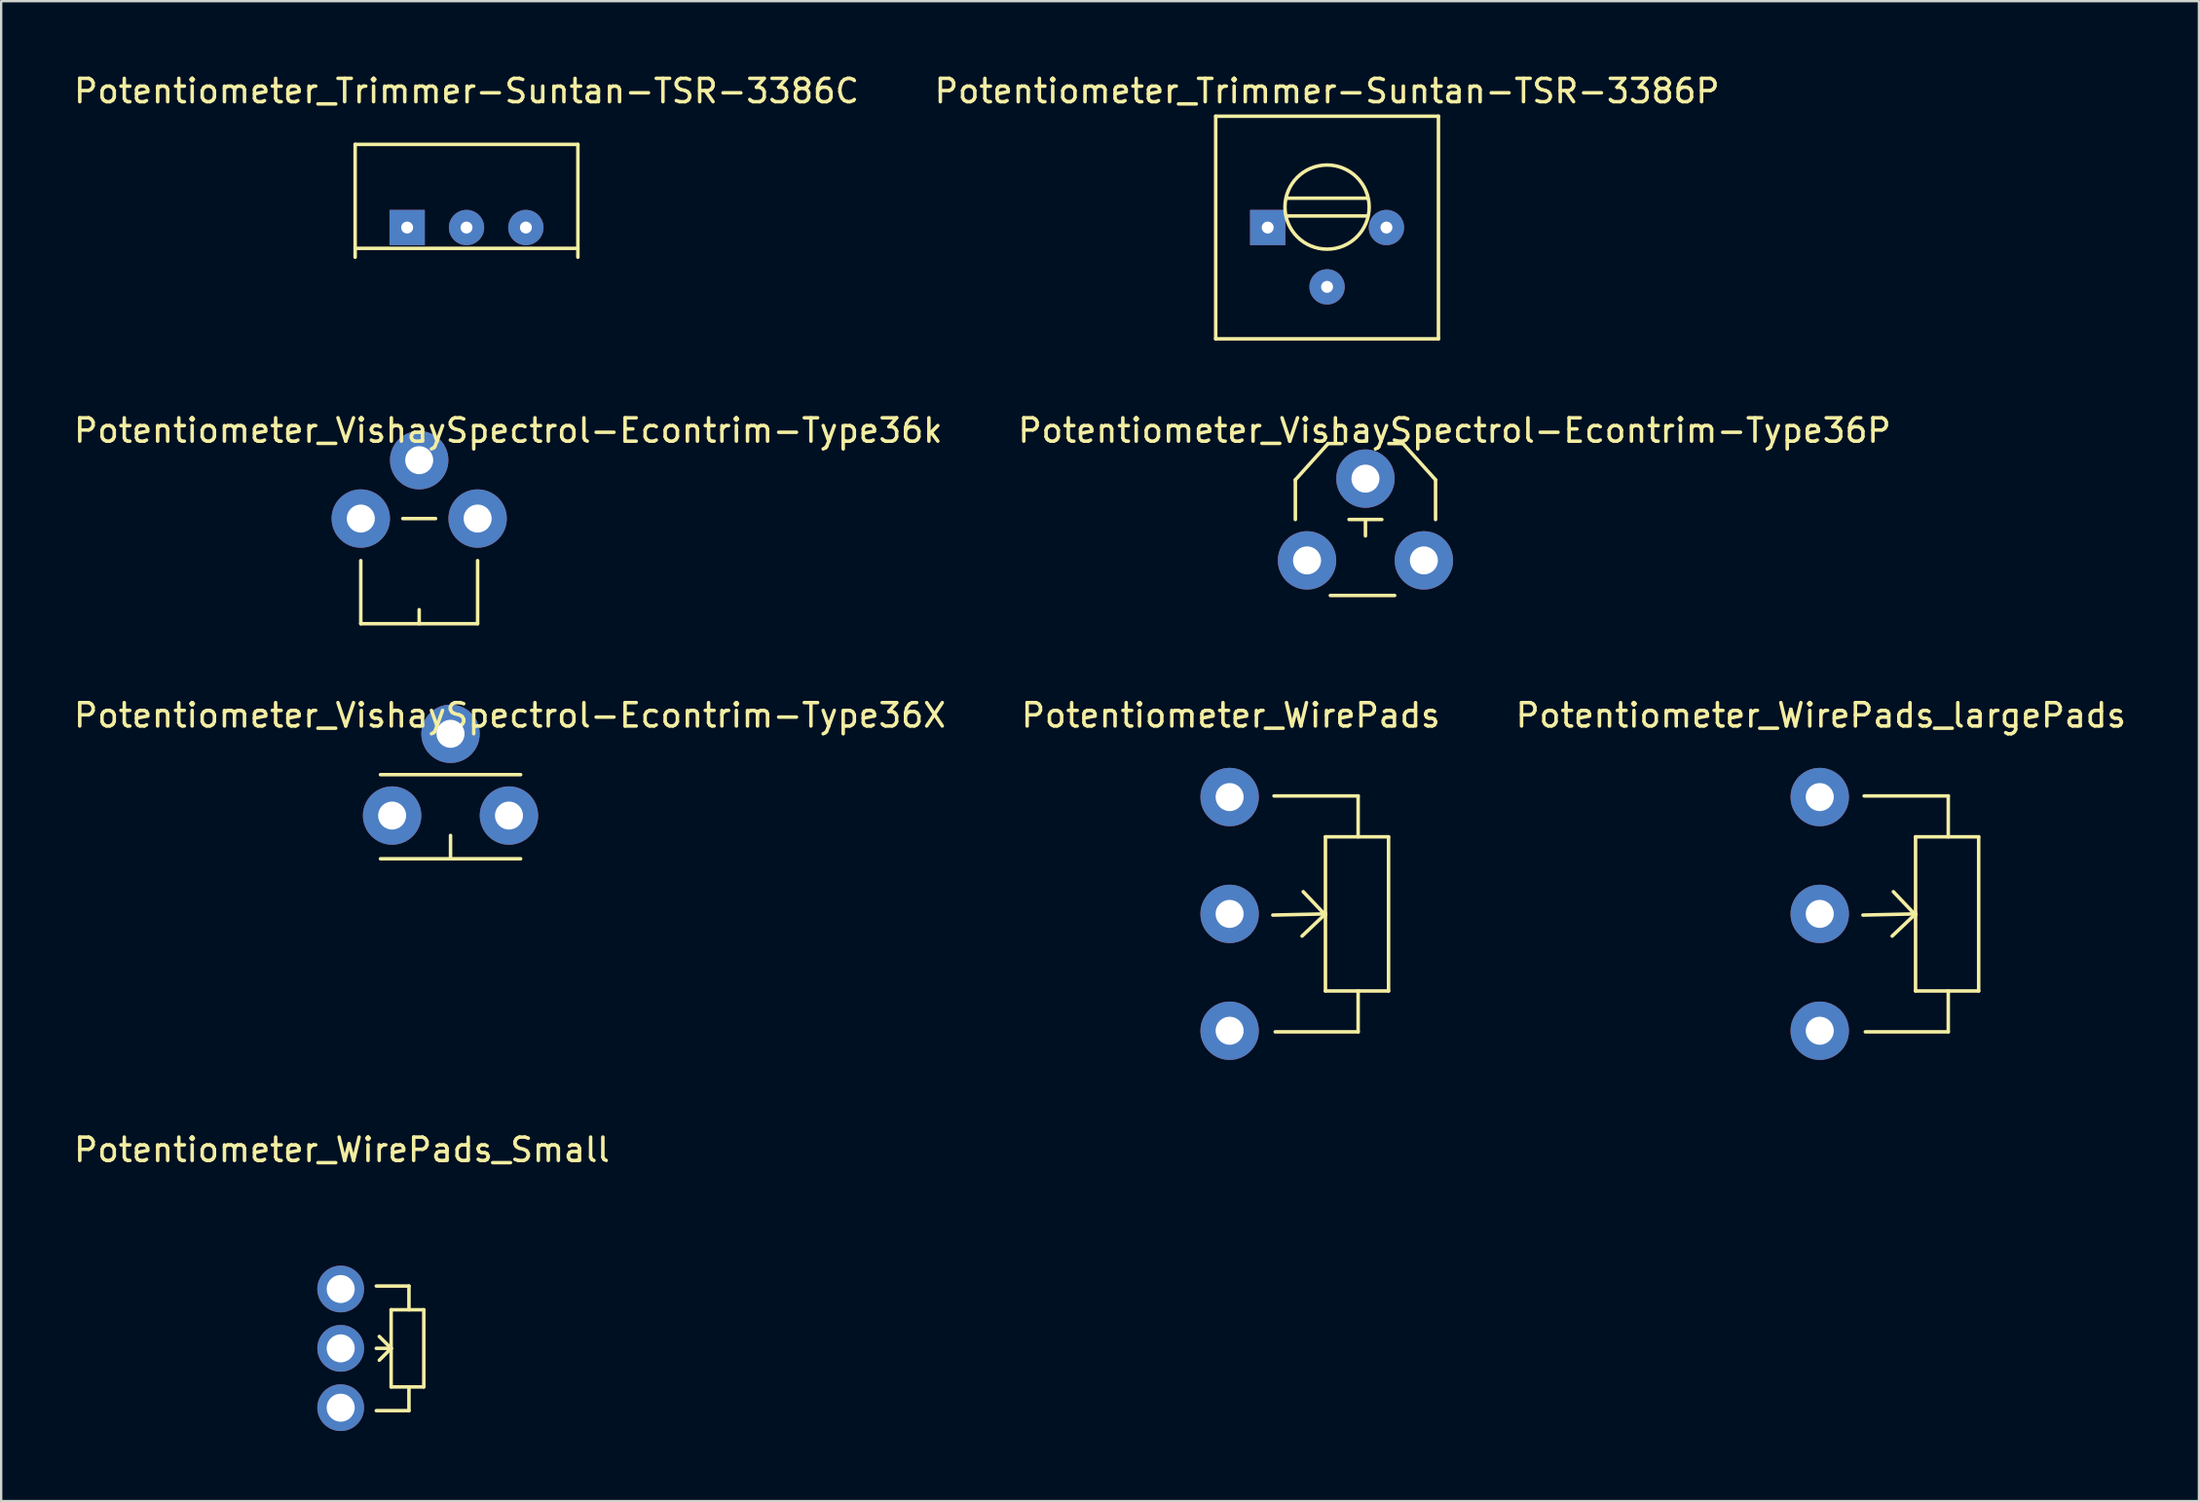
<source format=kicad_pcb>
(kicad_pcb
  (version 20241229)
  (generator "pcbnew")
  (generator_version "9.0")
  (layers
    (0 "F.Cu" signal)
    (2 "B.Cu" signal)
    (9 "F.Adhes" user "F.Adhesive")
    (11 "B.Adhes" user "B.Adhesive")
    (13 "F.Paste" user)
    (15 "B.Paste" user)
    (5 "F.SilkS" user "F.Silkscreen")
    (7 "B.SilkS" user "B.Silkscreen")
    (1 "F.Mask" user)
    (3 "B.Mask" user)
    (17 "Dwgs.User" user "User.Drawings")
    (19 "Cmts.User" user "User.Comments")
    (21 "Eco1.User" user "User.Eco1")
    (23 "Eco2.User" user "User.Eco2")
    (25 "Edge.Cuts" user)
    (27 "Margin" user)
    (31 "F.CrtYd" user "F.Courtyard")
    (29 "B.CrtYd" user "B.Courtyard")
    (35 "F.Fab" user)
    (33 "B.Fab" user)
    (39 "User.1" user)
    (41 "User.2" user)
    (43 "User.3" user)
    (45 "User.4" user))
  (footprint "Potentiometer_VishaySpectrol-Econtrim-Type36X"
    (layer "F.Cu")
    (at 13.728 31.862)
    (property "Reference" "Potentiometer_VishaySpectrol-Econtrim-Type36X" (at 5.039 -4.29 0) (layer "F.SilkS") (effects (font (size 1 1) (thickness 0.15))))
    (attr through_hole)
    (fp_line (start -0.5 -1.75) (end 5.499 -1.75) (stroke (width 0.15) (type solid)) (layer "F.SilkS"))
    (fp_line (start 2.499 0.851) (end 2.499 1.849) (stroke (width 0.15) (type solid)) (layer "F.SilkS"))
    (fp_line (start 5.499 1.849) (end -0.5 1.849) (stroke (width 0.15) (type solid)) (layer "F.SilkS"))
    (pad "1" thru_hole circle (at 0 0) (size 2.499 2.499) (drill 1.199) (layers "*.Cu" "*.Mask"))
    (pad "2" thru_hole circle (at 2.499 -3.5) (size 2.499 2.499) (drill 1.199) (layers "*.Cu" "*.Mask"))
    (pad "3" thru_hole circle (at 4.999 0) (size 2.499 2.499) (drill 1.199) (layers "*.Cu" "*.Mask")))
  (footprint "Potentiometer_WirePads_Small"
    (layer "F.Cu")
    (at 11.527 52.129)
    (property "Reference" "Potentiometer_WirePads_Small" (at 0.051 -5.959 0) (layer "F.SilkS") (effects (font (size 1 1) (thickness 0.15))))
    (attr through_hole)
    (fp_line (start 2.159 0.889) (end 3.556 0.889) (stroke (width 0.15) (type solid)) (layer "F.SilkS"))
    (fp_line (start 2.159 2.54) (end 1.524 2.54) (stroke (width 0.15) (type solid)) (layer "F.SilkS"))
    (fp_line (start 2.159 2.54) (end 1.651 2.032) (stroke (width 0.15) (type solid)) (layer "F.SilkS"))
    (fp_line (start 2.159 2.54) (end 1.651 3.048) (stroke (width 0.15) (type solid)) (layer "F.SilkS"))
    (fp_line (start 2.159 4.191) (end 2.159 0.889) (stroke (width 0.15) (type solid)) (layer "F.SilkS"))
    (fp_line (start 2.921 -0.127) (end 1.524 -0.127) (stroke (width 0.15) (type solid)) (layer "F.SilkS"))
    (fp_line (start 2.921 0.889) (end 2.921 -0.127) (stroke (width 0.15) (type solid)) (layer "F.SilkS"))
    (fp_line (start 2.921 4.191) (end 2.921 5.207) (stroke (width 0.15) (type solid)) (layer "F.SilkS"))
    (fp_line (start 2.921 5.207) (end 1.524 5.207) (stroke (width 0.15) (type solid)) (layer "F.SilkS"))
    (fp_line (start 3.556 0.889) (end 3.556 4.191) (stroke (width 0.15) (type solid)) (layer "F.SilkS"))
    (fp_line (start 3.556 4.191) (end 2.159 4.191) (stroke (width 0.15) (type solid)) (layer "F.SilkS"))
    (pad "1" thru_hole circle (at 0 0) (size 1.999 1.999) (drill 1.199) (layers "*.Cu" "*.Mask"))
    (pad "2" thru_hole circle (at 0 2.54) (size 1.999 1.999) (drill 1.199) (layers "*.Cu" "*.Mask"))
    (pad "3" thru_hole circle (at 0 5.08) (size 1.999 1.999) (drill 1.199) (layers "*.Cu" "*.Mask")))
  (footprint "Potentiometer_VishaySpectrol-Econtrim-Type36P"
    (layer "F.Cu")
    (at 52.875 20.939)
    (property "Reference" "Potentiometer_VishaySpectrol-Econtrim-Type36P" (at 6.309 -5.56 0) (layer "F.SilkS") (effects (font (size 1 1) (thickness 0.15))))
    (attr through_hole)
    (fp_line (start -0.5 -3.449) (end -0.5 -1.75) (stroke (width 0.15) (type solid)) (layer "F.SilkS"))
    (fp_line (start 0.899 -5.001) (end -0.5 -3.449) (stroke (width 0.15) (type solid)) (layer "F.SilkS"))
    (fp_line (start 0.899 -5.001) (end 1.499 -5.001) (stroke (width 0.15) (type solid)) (layer "F.SilkS"))
    (fp_line (start 0.998 1.501) (end 3.749 1.501) (stroke (width 0.15) (type solid)) (layer "F.SilkS"))
    (fp_line (start 1.798 -1.75) (end 3.2 -1.75) (stroke (width 0.15) (type solid)) (layer "F.SilkS"))
    (fp_line (start 2.499 -1.75) (end 2.499 -1.049) (stroke (width 0.15) (type solid)) (layer "F.SilkS"))
    (fp_line (start 4.1 -5.001) (end 3.5 -5.001) (stroke (width 0.15) (type solid)) (layer "F.SilkS"))
    (fp_line (start 4.1 -5.001) (end 5.499 -3.449) (stroke (width 0.15) (type solid)) (layer "F.SilkS"))
    (fp_line (start 5.499 -3.449) (end 5.499 -1.75) (stroke (width 0.15) (type solid)) (layer "F.SilkS"))
    (pad "1" thru_hole circle (at 0 0) (size 2.499 2.499) (drill 1.199) (layers "*.Cu" "*.Mask"))
    (pad "2" thru_hole circle (at 2.499 -3.5) (size 2.499 2.499) (drill 1.199) (layers "*.Cu" "*.Mask"))
    (pad "3" thru_hole circle (at 4.999 0) (size 2.499 2.499) (drill 1.199) (layers "*.Cu" "*.Mask")))
  (footprint "Potentiometer_Trimmer-Suntan-TSR-3386P"
    (layer "F.Cu")
    (at 51.192 6.69)
    (property "Reference" "Potentiometer_Trimmer-Suntan-TSR-3386P" (at 2.54 -5.842 0) (layer "F.SilkS") (effects (font (size 1 1) (thickness 0.15))))
    (attr through_hole)
    (fp_line (start -2.225 -4.765) (end 7.305 -4.765) (stroke (width 0.15) (type solid)) (layer "F.SilkS"))
    (fp_line (start -2.225 4.765) (end -2.225 -4.765) (stroke (width 0.15) (type solid)) (layer "F.SilkS"))
    (fp_line (start 0.84 -1.255) (end 4.24 -1.255) (stroke (width 0.15) (type solid)) (layer "F.SilkS"))
    (fp_line (start 0.84 -0.495) (end 4.24 -0.495) (stroke (width 0.15) (type solid)) (layer "F.SilkS"))
    (fp_line (start 7.305 -4.765) (end 7.305 4.765) (stroke (width 0.15) (type solid)) (layer "F.SilkS"))
    (fp_line (start 7.305 4.765) (end -2.225 4.765) (stroke (width 0.15) (type solid)) (layer "F.SilkS"))
    (fp_circle (center 2.54 -0.875) (end 4.115 0) (stroke (width 0.15) (type solid)) (fill no) (layer "F.SilkS"))
    (pad "1" thru_hole rect (at 0 0) (size 1.51 1.51) (drill 0.51) (layers "*.Cu" "*.Mask"))
    (pad "2" thru_hole circle (at 2.54 2.54) (size 1.51 1.51) (drill 0.51) (layers "*.Cu" "*.Mask"))
    (pad "3" thru_hole circle (at 5.08 0) (size 1.51 1.51) (drill 0.51) (layers "*.Cu" "*.Mask")))
  (footprint "Potentiometer_WirePads_largePads"
    (layer "F.Cu")
    (at 74.812 31.07)
    (property "Reference" "Potentiometer_WirePads_largePads" (at 0.051 -3.498 0) (layer "F.SilkS") (effects (font (size 1 1) (thickness 0.15))))
    (attr through_hole)
    (fp_line (start 4.1 1.702) (end 6.8 1.702) (stroke (width 0.15) (type solid)) (layer "F.SilkS"))
    (fp_line (start 4.1 5.001) (end 1.849 5.052) (stroke (width 0.15) (type solid)) (layer "F.SilkS"))
    (fp_line (start 4.1 5.001) (end 3.099 5.951) (stroke (width 0.15) (type solid)) (layer "F.SilkS"))
    (fp_line (start 4.1 5.052) (end 3.15 4.051) (stroke (width 0.15) (type solid)) (layer "F.SilkS"))
    (fp_line (start 4.1 8.301) (end 4.1 1.702) (stroke (width 0.15) (type solid)) (layer "F.SilkS"))
    (fp_line (start 5.499 -0.048) (end 1.9 -0.048) (stroke (width 0.15) (type solid)) (layer "F.SilkS"))
    (fp_line (start 5.499 1.702) (end 5.499 -0.048) (stroke (width 0.15) (type solid)) (layer "F.SilkS"))
    (fp_line (start 5.499 8.301) (end 5.499 10.051) (stroke (width 0.15) (type solid)) (layer "F.SilkS"))
    (fp_line (start 5.499 10.051) (end 1.951 10.051) (stroke (width 0.15) (type solid)) (layer "F.SilkS"))
    (fp_line (start 6.8 1.702) (end 6.8 8.301) (stroke (width 0.15) (type solid)) (layer "F.SilkS"))
    (fp_line (start 6.8 8.301) (end 4.1 8.301) (stroke (width 0.15) (type solid)) (layer "F.SilkS"))
    (pad "1" thru_hole circle (at 0 0) (size 2.499 2.499) (drill 1.199) (layers "*.Cu" "*.Mask"))
    (pad "2" thru_hole circle (at 0 5.001) (size 2.499 2.499) (drill 1.199) (layers "*.Cu" "*.Mask"))
    (pad "3" thru_hole circle (at 0 10.003) (size 2.499 2.499) (drill 1.199) (layers "*.Cu" "*.Mask")))
  (footprint "Potentiometer_WirePads"
    (layer "F.Cu")
    (at 49.562 31.07)
    (property "Reference" "Potentiometer_WirePads" (at 0.051 -3.498 0) (layer "F.SilkS") (effects (font (size 1 1) (thickness 0.15))))
    (attr through_hole)
    (fp_line (start 4.1 1.702) (end 6.8 1.702) (stroke (width 0.15) (type solid)) (layer "F.SilkS"))
    (fp_line (start 4.1 5.001) (end 1.849 5.052) (stroke (width 0.15) (type solid)) (layer "F.SilkS"))
    (fp_line (start 4.1 5.001) (end 3.099 5.951) (stroke (width 0.15) (type solid)) (layer "F.SilkS"))
    (fp_line (start 4.1 5.052) (end 3.15 4.051) (stroke (width 0.15) (type solid)) (layer "F.SilkS"))
    (fp_line (start 4.1 8.301) (end 4.1 1.702) (stroke (width 0.15) (type solid)) (layer "F.SilkS"))
    (fp_line (start 5.499 -0.048) (end 1.9 -0.048) (stroke (width 0.15) (type solid)) (layer "F.SilkS"))
    (fp_line (start 5.499 1.702) (end 5.499 -0.048) (stroke (width 0.15) (type solid)) (layer "F.SilkS"))
    (fp_line (start 5.499 8.301) (end 5.499 10.051) (stroke (width 0.15) (type solid)) (layer "F.SilkS"))
    (fp_line (start 5.499 10.051) (end 1.951 10.051) (stroke (width 0.15) (type solid)) (layer "F.SilkS"))
    (fp_line (start 6.8 1.702) (end 6.8 8.301) (stroke (width 0.15) (type solid)) (layer "F.SilkS"))
    (fp_line (start 6.8 8.301) (end 4.1 8.301) (stroke (width 0.15) (type solid)) (layer "F.SilkS"))
    (pad "1" thru_hole circle (at 0 0) (size 2.499 2.499) (drill 1.199) (layers "*.Cu" "*.Mask"))
    (pad "2" thru_hole circle (at 0 5.001) (size 2.499 2.499) (drill 1.199) (layers "*.Cu" "*.Mask"))
    (pad "3" thru_hole circle (at 0 10.003) (size 2.499 2.499) (drill 1.199) (layers "*.Cu" "*.Mask")))
  (footprint "Potentiometer_Trimmer-Suntan-TSR-3386C"
    (layer "F.Cu")
    (at 14.371 6.69)
    (property "Reference" "Potentiometer_Trimmer-Suntan-TSR-3386C" (at 2.54 -5.842 0) (layer "F.SilkS") (effects (font (size 1 1) (thickness 0.15))))
    (attr through_hole)
    (fp_line (start -2.225 -3.56) (end -2.225 1.27) (stroke (width 0.15) (type solid)) (layer "F.SilkS"))
    (fp_line (start -2.225 -3.56) (end 7.305 -3.56) (stroke (width 0.15) (type solid)) (layer "F.SilkS"))
    (fp_line (start 7.305 -3.56) (end 7.305 1.27) (stroke (width 0.15) (type solid)) (layer "F.SilkS"))
    (fp_line (start 7.305 0.89) (end -2.225 0.89) (stroke (width 0.15) (type solid)) (layer "F.SilkS"))
    (pad "1" thru_hole rect (at 0 0) (size 1.51 1.51) (drill 0.51) (layers "*.Cu" "*.Mask"))
    (pad "2" thru_hole circle (at 2.54 0) (size 1.51 1.51) (drill 0.51) (layers "*.Cu" "*.Mask"))
    (pad "3" thru_hole circle (at 5.08 0) (size 1.51 1.51) (drill 0.51) (layers "*.Cu" "*.Mask")))
  (footprint "Potentiometer_VishaySpectrol-Econtrim-Type36k"
    (layer "F.Cu")
    (at 12.387 19.148)
    (property "Reference" "Potentiometer_VishaySpectrol-Econtrim-Type36k" (at 6.309 -3.769 0) (layer "F.SilkS") (effects (font (size 1 1) (thickness 0.15))))
    (attr through_hole)
    (fp_line (start 0 1.801) (end 0 4.501) (stroke (width 0.15) (type solid)) (layer "F.SilkS"))
    (fp_line (start 0 4.501) (end 4.999 4.501) (stroke (width 0.15) (type solid)) (layer "F.SilkS"))
    (fp_line (start 1.798 0) (end 3.2 0) (stroke (width 0.15) (type solid)) (layer "F.SilkS"))
    (fp_line (start 2.499 4.501) (end 2.499 3.901) (stroke (width 0.15) (type solid)) (layer "F.SilkS"))
    (fp_line (start 4.999 4.501) (end 4.999 1.801) (stroke (width 0.15) (type solid)) (layer "F.SilkS"))
    (pad "1" thru_hole circle (at 0 0) (size 2.499 2.499) (drill 1.199) (layers "*.Cu" "*.Mask"))
    (pad "2" thru_hole circle (at 2.499 -2.499) (size 2.499 2.499) (drill 1.199) (layers "*.Cu" "*.Mask"))
    (pad "3" thru_hole circle (at 4.999 0) (size 2.499 2.499) (drill 1.199) (layers "*.Cu" "*.Mask")))
  (gr_rect
    (start -3 -3)
    (end 91.036 61.208)
    (stroke (width 0.1) (type default))
    (fill no)
    (layer "Edge.Cuts")))
</source>
